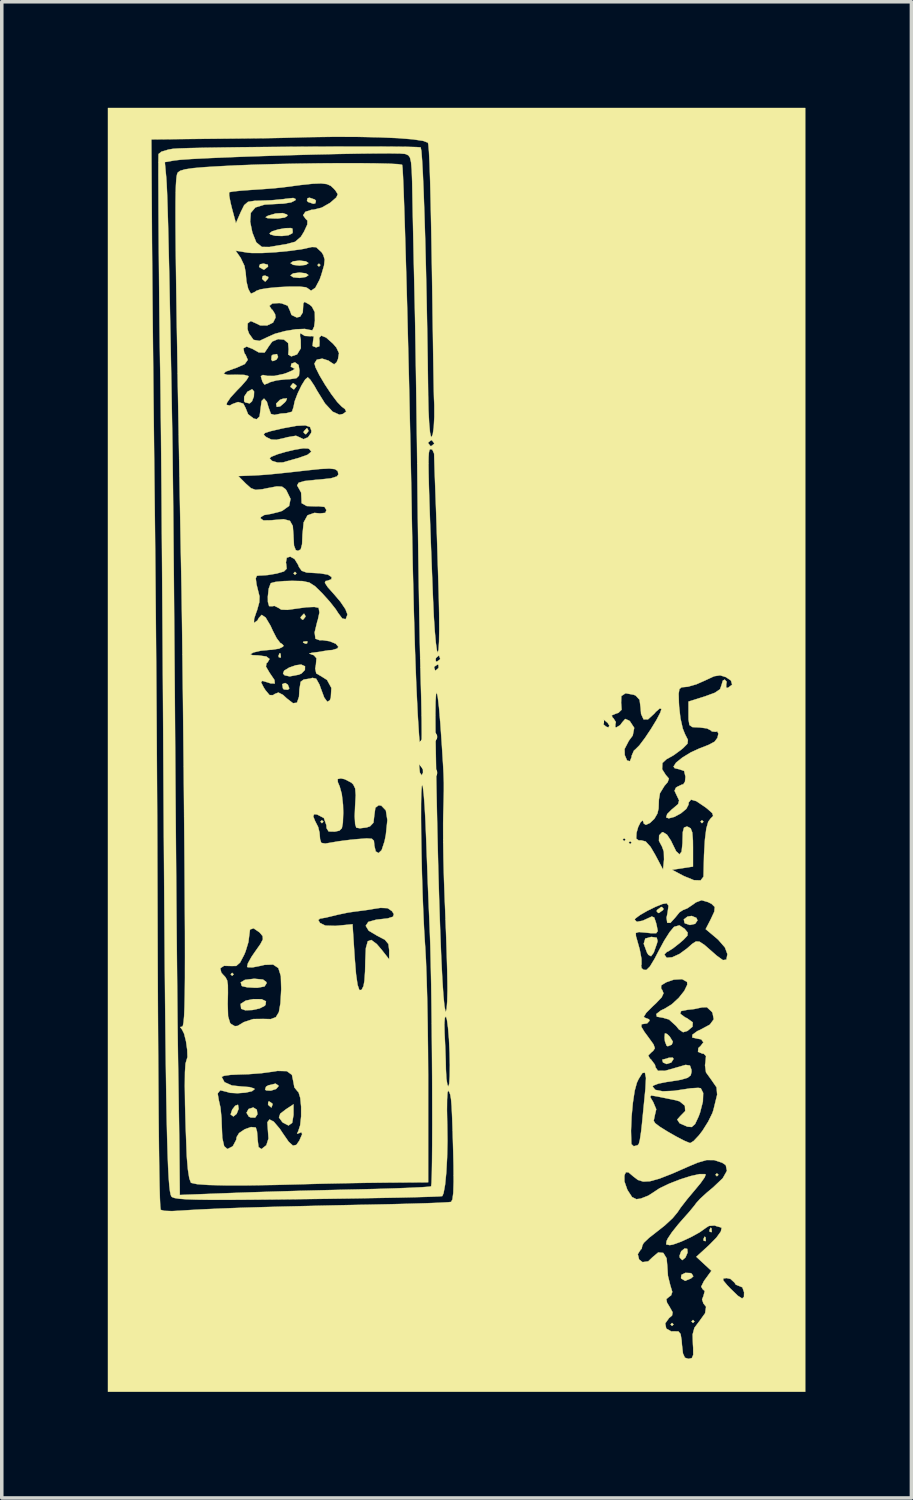
<source format=kicad_pcb>
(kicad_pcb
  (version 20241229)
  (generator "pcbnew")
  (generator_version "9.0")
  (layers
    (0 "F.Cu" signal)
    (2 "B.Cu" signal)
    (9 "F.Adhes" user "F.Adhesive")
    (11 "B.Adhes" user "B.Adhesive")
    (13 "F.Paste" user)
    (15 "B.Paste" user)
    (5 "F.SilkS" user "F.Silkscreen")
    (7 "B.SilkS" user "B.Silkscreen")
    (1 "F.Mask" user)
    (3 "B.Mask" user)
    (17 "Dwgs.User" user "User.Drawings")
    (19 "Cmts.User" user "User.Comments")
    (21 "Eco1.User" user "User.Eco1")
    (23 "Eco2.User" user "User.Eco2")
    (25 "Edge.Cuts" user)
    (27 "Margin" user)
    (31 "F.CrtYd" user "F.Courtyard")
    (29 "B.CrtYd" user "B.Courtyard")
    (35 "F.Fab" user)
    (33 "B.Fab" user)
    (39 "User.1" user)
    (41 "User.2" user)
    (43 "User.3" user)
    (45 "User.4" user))
  (footprint "hokusai"
    (layer "F.Cu")
    (at 9.826 18.124)
    (property "Reference" "hokusai" (at 0 0 0) (layer "F.SilkS") (effects (font (size 1.524 1.524) (thickness 0.3))))
    (attr through_hole)
    (fp_poly (pts (xy -6.265 6.392) (xy -6.308 6.435) (xy -6.35 6.392) (xy -6.308 6.35) (xy -6.265 6.392)) (stroke (width 0.01) (type solid)) (fill yes) (layer "F.SilkS"))
    (fp_poly (pts (xy -4.487 -4.953) (xy -4.53 -4.911) (xy -4.572 -4.953) (xy -4.53 -4.995) (xy -4.487 -4.953)) (stroke (width 0.01) (type solid)) (fill yes) (layer "F.SilkS"))
    (fp_poly (pts (xy -3.81 -13.674) (xy -3.852 -13.631) (xy -3.895 -13.674) (xy -3.852 -13.716) (xy -3.81 -13.674)) (stroke (width 0.01) (type solid)) (fill yes) (layer "F.SilkS"))
    (fp_poly (pts (xy -3.725 2.074) (xy -3.768 2.117) (xy -3.81 2.074) (xy -3.768 2.032) (xy -3.725 2.074)) (stroke (width 0.01) (type solid)) (fill yes) (layer "F.SilkS"))
    (fp_poly (pts (xy 6.181 16.298) (xy 6.138 16.341) (xy 6.096 16.298) (xy 6.138 16.256) (xy 6.181 16.298)) (stroke (width 0.01) (type solid)) (fill yes) (layer "F.SilkS"))
    (fp_poly (pts (xy 6.773 16.214) (xy 6.731 16.256) (xy 6.689 16.214) (xy 6.731 16.171) (xy 6.773 16.214)) (stroke (width 0.01) (type solid)) (fill yes) (layer "F.SilkS"))
    (fp_poly (pts (xy 7.027 2.074) (xy 6.985 2.117) (xy 6.943 2.074) (xy 6.985 2.032) (xy 7.027 2.074)) (stroke (width 0.01) (type solid)) (fill yes) (layer "F.SilkS"))
    (fp_poly (pts (xy 7.451 12.065) (xy 7.408 12.107) (xy 7.366 12.065) (xy 7.408 12.023) (xy 7.451 12.065)) (stroke (width 0.01) (type solid)) (fill yes) (layer "F.SilkS"))
    (fp_poly (pts (xy -4.939 -2.681) (xy -4.929 -2.581) (xy -4.939 -2.568) (xy -4.989 -2.58) (xy -4.995 -2.625) (xy -4.964 -2.694) (xy -4.939 -2.681)) (stroke (width 0.01) (type solid)) (fill yes) (layer "F.SilkS"))
    (fp_poly (pts (xy -4.177 -3.02) (xy -4.189 -2.969) (xy -4.233 -2.963) (xy -4.303 -2.994) (xy -4.29 -3.02) (xy -4.189 -3.03) (xy -4.177 -3.02)) (stroke (width 0.01) (type solid)) (fill yes) (layer "F.SilkS"))
    (fp_poly (pts (xy 7.084 13.829) (xy 7.094 13.929) (xy 7.084 13.942) (xy 7.033 13.93) (xy 7.027 13.885) (xy 7.058 13.816) (xy 7.084 13.829)) (stroke (width 0.01) (type solid)) (fill yes) (layer "F.SilkS"))
    (fp_poly (pts (xy 7.253 13.575) (xy 7.263 13.675) (xy 7.253 13.688) (xy 7.203 13.676) (xy 7.197 13.631) (xy 7.228 13.562) (xy 7.253 13.575)) (stroke (width 0.01) (type solid)) (fill yes) (layer "F.SilkS"))
    (fp_poly (pts (xy -5.008 -11.074) (xy -5.055 -10.998) (xy -5.161 -10.956) (xy -5.199 -10.993) (xy -5.191 -11.108) (xy -5.16 -11.136) (xy -5.04 -11.156) (xy -5.008 -11.074)) (stroke (width 0.01) (type solid)) (fill yes) (layer "F.SilkS"))
    (fp_poly (pts (xy -4.733 -1.803) (xy -4.691 -1.697) (xy -4.728 -1.659) (xy -4.843 -1.667) (xy -4.871 -1.698) (xy -4.891 -1.818) (xy -4.809 -1.85) (xy -4.733 -1.803)) (stroke (width 0.01) (type solid)) (fill yes) (layer "F.SilkS"))
    (fp_poly (pts (xy -5.61 10.223) (xy -5.592 10.352) (xy -5.656 10.446) (xy -5.778 10.445) (xy -5.836 10.418) (xy -5.901 10.31) (xy -5.843 10.203) (xy -5.71 10.16) (xy -5.61 10.223)) (stroke (width 0.01) (type solid)) (fill yes) (layer "F.SilkS"))
    (fp_poly (pts (xy -5.298 -13.684) (xy -5.292 -13.631) (xy -5.396 -13.55) (xy -5.419 -13.547) (xy -5.528 -13.608) (xy -5.546 -13.631) (xy -5.519 -13.697) (xy -5.419 -13.716) (xy -5.298 -13.684)) (stroke (width 0.01) (type solid)) (fill yes) (layer "F.SilkS"))
    (fp_poly (pts (xy -5.285 -13.338) (xy -5.292 -13.293) (xy -5.364 -13.212) (xy -5.376 -13.208) (xy -5.444 -13.267) (xy -5.461 -13.293) (xy -5.441 -13.364) (xy -5.376 -13.377) (xy -5.285 -13.338)) (stroke (width 0.01) (type solid)) (fill yes) (layer "F.SilkS"))
    (fp_poly (pts (xy -5.168 10.052) (xy -5.165 10.075) (xy -5.194 10.158) (xy -5.202 10.16) (xy -5.274 10.101) (xy -5.292 10.075) (xy -5.285 9.997) (xy -5.254 9.991) (xy -5.168 10.052)) (stroke (width 0.01) (type solid)) (fill yes) (layer "F.SilkS"))
    (fp_poly (pts (xy -4.49 -10.265) (xy -4.487 -10.245) (xy -4.552 -10.162) (xy -4.572 -10.16) (xy -4.654 -10.224) (xy -4.657 -10.245) (xy -4.592 -10.327) (xy -4.572 -10.329) (xy -4.49 -10.265)) (stroke (width 0.01) (type solid)) (fill yes) (layer "F.SilkS"))
    (fp_poly (pts (xy -4.234 -3.744) (xy -4.233 -3.725) (xy -4.298 -3.644) (xy -4.323 -3.641) (xy -4.374 -3.693) (xy -4.36 -3.725) (xy -4.284 -3.806) (xy -4.271 -3.81) (xy -4.234 -3.744)) (stroke (width 0.01) (type solid)) (fill yes) (layer "F.SilkS"))
    (fp_poly (pts (xy -4.15 -8.994) (xy -4.149 -8.975) (xy -4.214 -8.893) (xy -4.238 -8.89) (xy -4.289 -8.942) (xy -4.276 -8.975) (xy -4.2 -9.055) (xy -4.186 -9.059) (xy -4.15 -8.994)) (stroke (width 0.01) (type solid)) (fill yes) (layer "F.SilkS"))
    (fp_poly (pts (xy -3.97 -15.529) (xy -3.937 -15.494) (xy -3.955 -15.421) (xy -4.012 -15.409) (xy -4.158 -15.459) (xy -4.191 -15.494) (xy -4.173 -15.567) (xy -4.116 -15.579) (xy -3.97 -15.529)) (stroke (width 0.01) (type solid)) (fill yes) (layer "F.SilkS"))
    (fp_poly (pts (xy 5.898 4.539) (xy 5.884 4.572) (xy 5.772 4.654) (xy 5.747 4.657) (xy 5.701 4.605) (xy 5.715 4.572) (xy 5.827 4.49) (xy 5.852 4.487) (xy 5.898 4.539)) (stroke (width 0.01) (type solid)) (fill yes) (layer "F.SilkS"))
    (fp_poly (pts (xy -4.997 9.542) (xy -4.995 9.557) (xy -5.065 9.637) (xy -5.212 9.684) (xy -5.346 9.677) (xy -5.376 9.653) (xy -5.348 9.571) (xy -5.284 9.534) (xy -5.079 9.485) (xy -4.997 9.542)) (stroke (width 0.01) (type solid)) (fill yes) (layer "F.SilkS"))
    (fp_poly (pts (xy -4.786 -9.828) (xy -4.818 -9.789) (xy -4.948 -9.677) (xy -5.045 -9.661) (xy -5.063 -9.746) (xy -5.059 -9.758) (xy -4.955 -9.861) (xy -4.864 -9.895) (xy -4.756 -9.901) (xy -4.786 -9.828)) (stroke (width 0.01) (type solid)) (fill yes) (layer "F.SilkS"))
    (fp_poly (pts (xy -4.572 10.37) (xy -4.609 10.594) (xy -4.712 10.67) (xy -4.868 10.591) (xy -4.894 10.566) (xy -4.983 10.442) (xy -4.946 10.335) (xy -4.784 10.21) (xy -4.572 10.071) (xy -4.572 10.37)) (stroke (width 0.01) (type solid)) (fill yes) (layer "F.SilkS"))
    (fp_poly (pts (xy 5.997 8.081) (xy 6.071 8.152) (xy 6.162 8.3) (xy 6.129 8.383) (xy 6.019 8.428) (xy 5.985 8.412) (xy 5.937 8.287) (xy 5.927 8.18) (xy 5.937 8.062) (xy 5.997 8.081)) (stroke (width 0.01) (type solid)) (fill yes) (layer "F.SilkS"))
    (fp_poly (pts (xy 6.181 8.787) (xy 6.116 8.888) (xy 5.985 8.931) (xy 5.882 8.886) (xy 5.862 8.81) (xy 5.872 8.805) (xy 5.977 8.779) (xy 6.047 8.754) (xy 6.16 8.75) (xy 6.181 8.787)) (stroke (width 0.01) (type solid)) (fill yes) (layer "F.SilkS"))
    (fp_poly (pts (xy 6.569 14.161) (xy 6.578 14.266) (xy 6.518 14.404) (xy 6.431 14.478) (xy 6.426 14.478) (xy 6.358 14.41) (xy 6.35 14.356) (xy 6.398 14.226) (xy 6.497 14.148) (xy 6.569 14.161)) (stroke (width 0.01) (type solid)) (fill yes) (layer "F.SilkS"))
    (fp_poly (pts (xy 6.658 14.845) (xy 6.694 14.862) (xy 6.74 14.937) (xy 6.677 14.995) (xy 6.51 15.065) (xy 6.404 15.003) (xy 6.392 14.985) (xy 6.404 14.895) (xy 6.516 14.839) (xy 6.658 14.845)) (stroke (width 0.01) (type solid)) (fill yes) (layer "F.SilkS"))
    (fp_poly (pts (xy 6.828 4.796) (xy 6.858 4.868) (xy 6.791 4.964) (xy 6.644 4.997) (xy 6.503 4.95) (xy 6.493 4.941) (xy 6.471 4.839) (xy 6.575 4.76) (xy 6.694 4.741) (xy 6.828 4.796)) (stroke (width 0.01) (type solid)) (fill yes) (layer "F.SilkS"))
    (fp_poly (pts (xy -6.141 10.087) (xy -6.125 10.199) (xy -6.181 10.341) (xy -6.271 10.414) (xy -6.274 10.414) (xy -6.348 10.361) (xy -6.349 10.351) (xy -6.307 10.223) (xy -6.222 10.112) (xy -6.145 10.083) (xy -6.141 10.087)) (stroke (width 0.01) (type solid)) (fill yes) (layer "F.SilkS"))
    (fp_poly (pts (xy -5.687 -10.097) (xy -5.693 -9.958) (xy -5.747 -9.819) (xy -5.813 -9.76) (xy -5.941 -9.789) (xy -5.969 -9.821) (xy -5.967 -9.951) (xy -5.875 -10.091) (xy -5.747 -10.16) (xy -5.741 -10.16) (xy -5.687 -10.097)) (stroke (width 0.01) (type solid)) (fill yes) (layer "F.SilkS"))
    (fp_poly (pts (xy -4.755 -15.103) (xy -4.741 -15.071) (xy -4.817 -15.02) (xy -5.006 -14.993) (xy -5.101 -14.992) (xy -5.308 -15.002) (xy -5.362 -15.029) (xy -5.292 -15.071) (xy -5.074 -15.134) (xy -4.876 -15.145) (xy -4.755 -15.103)) (stroke (width 0.01) (type solid)) (fill yes) (layer "F.SilkS"))
    (fp_poly (pts (xy 5.705 5.356) (xy 5.729 5.451) (xy 5.71 5.524) (xy 5.62 5.779) (xy 5.544 5.881) (xy 5.469 5.841) (xy 5.429 5.776) (xy 5.337 5.528) (xy 5.381 5.381) (xy 5.551 5.334) (xy 5.705 5.356)) (stroke (width 0.01) (type solid)) (fill yes) (layer "F.SilkS"))
    (fp_poly (pts (xy -4.246 -2.323) (xy -4.249 -2.219) (xy -4.348 -2.117) (xy -4.424 -2.085) (xy -4.679 -2.037) (xy -4.823 -2.068) (xy -4.868 -2.117) (xy -4.837 -2.198) (xy -4.697 -2.285) (xy -4.504 -2.352) (xy -4.355 -2.371) (xy -4.246 -2.323)) (stroke (width 0.01) (type solid)) (fill yes) (layer "F.SilkS"))
    (fp_poly (pts (xy -5.475 7.096) (xy -5.351 7.155) (xy -5.364 7.257) (xy -5.388 7.284) (xy -5.531 7.358) (xy -5.738 7.403) (xy -5.936 7.41) (xy -6.052 7.369) (xy -6.053 7.366) (xy -6.069 7.23) (xy -5.921 7.136) (xy -5.711 7.095) (xy -5.475 7.096)) (stroke (width 0.01) (type solid)) (fill yes) (layer "F.SilkS"))
    (fp_poly (pts (xy -4.602 -14.705) (xy -4.594 -14.603) (xy -4.609 -14.571) (xy -4.713 -14.519) (xy -4.897 -14.497) (xy -5.09 -14.504) (xy -5.225 -14.54) (xy -5.249 -14.573) (xy -5.177 -14.629) (xy -5.005 -14.682) (xy -4.805 -14.718) (xy -4.646 -14.722) (xy -4.602 -14.705)) (stroke (width 0.01) (type solid)) (fill yes) (layer "F.SilkS"))
    (fp_poly (pts (xy -4.224 -13.441) (xy -4.149 -13.391) (xy -4.149 -13.39) (xy -4.222 -13.338) (xy -4.4 -13.311) (xy -4.403 -13.311) (xy -4.581 -13.329) (xy -4.657 -13.382) (xy -4.657 -13.383) (xy -4.583 -13.438) (xy -4.406 -13.462) (xy -4.403 -13.462) (xy -4.224 -13.441)) (stroke (width 0.01) (type solid)) (fill yes) (layer "F.SilkS"))
    (fp_poly (pts (xy -4.224 -13.78) (xy -4.149 -13.731) (xy -4.149 -13.73) (xy -4.222 -13.681) (xy -4.4 -13.66) (xy -4.403 -13.66) (xy -4.581 -13.68) (xy -4.657 -13.729) (xy -4.657 -13.73) (xy -4.583 -13.78) (xy -4.406 -13.801) (xy -4.403 -13.801) (xy -4.224 -13.78)) (stroke (width 0.01) (type solid)) (fill yes) (layer "F.SilkS"))
    (fp_poly (pts (xy -5.434 6.541) (xy -5.339 6.612) (xy -5.334 6.646) (xy -5.392 6.736) (xy -5.584 6.772) (xy -5.659 6.773) (xy -5.882 6.76) (xy -6.023 6.728) (xy -6.037 6.719) (xy -6.065 6.621) (xy -5.947 6.55) (xy -5.704 6.52) (xy -5.668 6.519) (xy -5.434 6.541)) (stroke (width 0.01) (type solid)) (fill yes) (layer "F.SilkS"))
    (fp_poly (pts (xy -4.428 -10.847) (xy -4.403 -10.689) (xy -4.417 -10.546) (xy -4.488 -10.475) (xy -4.664 -10.447) (xy -4.789 -10.441) (xy -5.048 -10.413) (xy -5.243 -10.359) (xy -5.287 -10.333) (xy -5.394 -10.293) (xy -5.451 -10.376) (xy -5.496 -10.529) (xy -5.439 -10.565) (xy -5.313 -10.539) (xy -5.113 -10.538) (xy -4.854 -10.593) (xy -4.784 -10.616) (xy -4.603 -10.692) (xy -4.535 -10.739) (xy -4.551 -10.747) (xy -4.648 -10.799) (xy -4.631 -10.885) (xy -4.53 -10.922) (xy -4.428 -10.847)) (stroke (width 0.01) (type solid)) (fill yes) (layer "F.SilkS"))
    (fp_poly (pts (xy 9.906 18.203) (xy -9.821 18.203) (xy -9.821 -17.23) (xy -8.594 -17.23) (xy -8.579 -14.859) (xy -8.576 -14.328) (xy -8.57 -13.652) (xy -8.563 -12.855) (xy -8.554 -11.963) (xy -8.544 -10.999) (xy -8.534 -9.988) (xy -8.522 -8.955) (xy -8.511 -7.924) (xy -8.503 -7.239) (xy -8.49 -6.106) (xy -8.478 -4.859) (xy -8.466 -3.54) (xy -8.455 -2.186) (xy -8.445 -0.838) (xy -8.437 0.465) (xy -8.43 1.683) (xy -8.425 2.777) (xy -8.425 2.921) (xy -8.419 4.59) (xy -8.414 6.095) (xy -8.408 7.439) (xy -8.401 8.627) (xy -8.394 9.664) (xy -8.387 10.553) (xy -8.379 11.3) (xy -8.371 11.909) (xy -8.362 12.384) (xy -8.352 12.729) (xy -8.342 12.95) (xy -8.331 13.05) (xy -8.329 13.056) (xy -8.23 13.084) (xy -8.012 13.092) (xy -7.763 13.079) (xy -7.488 13.061) (xy -7.09 13.04) (xy -6.616 13.019) (xy -6.111 13) (xy -5.927 12.994) (xy -5.457 12.98) (xy -4.862 12.964) (xy -4.185 12.948) (xy -3.471 12.931) (xy -2.763 12.916) (xy -2.413 12.91) (xy -1.816 12.897) (xy -1.273 12.883) (xy -0.807 12.869) (xy -0.443 12.855) (xy -0.203 12.842) (xy -0.114 12.832) (xy -0.075 12.762) (xy -0.051 12.576) (xy -0.041 12.259) (xy -0.042 12.078) (xy 4.79 12.078) (xy 4.791 12.253) (xy 4.872 12.484) (xy 4.886 12.509) (xy 5.007 12.695) (xy 5.128 12.755) (xy 5.249 12.74) (xy 5.466 12.655) (xy 5.588 12.577) (xy 5.781 12.449) (xy 6.055 12.317) (xy 6.364 12.196) (xy 6.667 12.1) (xy 6.917 12.045) (xy 7.071 12.046) (xy 7.09 12.058) (xy 7.061 12.137) (xy 6.943 12.304) (xy 6.777 12.504) (xy 6.565 12.757) (xy 6.382 12.993) (xy 6.292 13.127) (xy 6.155 13.292) (xy 5.931 13.5) (xy 5.711 13.673) (xy 5.487 13.848) (xy 5.339 13.989) (xy 5.298 14.064) (xy 5.278 14.159) (xy 5.251 14.181) (xy 5.169 14.31) (xy 5.206 14.461) (xy 5.303 14.536) (xy 5.464 14.514) (xy 5.581 14.402) (xy 5.747 14.262) (xy 5.891 14.275) (xy 5.984 14.427) (xy 6.003 14.636) (xy 6.022 14.924) (xy 6.088 15.189) (xy 6.089 15.192) (xy 6.145 15.377) (xy 6.111 15.477) (xy 6.058 15.514) (xy 5.977 15.582) (xy 5.996 15.682) (xy 6.066 15.797) (xy 6.154 15.954) (xy 6.139 16.046) (xy 6.052 16.12) (xy 5.945 16.27) (xy 5.974 16.415) (xy 6.115 16.495) (xy 6.201 16.494) (xy 6.318 16.496) (xy 6.38 16.569) (xy 6.41 16.755) (xy 6.418 16.87) (xy 6.447 17.12) (xy 6.502 17.24) (xy 6.603 17.272) (xy 6.604 17.272) (xy 6.698 17.251) (xy 6.738 17.159) (xy 6.736 16.956) (xy 6.729 16.858) (xy 6.721 16.581) (xy 6.771 16.394) (xy 6.898 16.224) (xy 6.903 16.219) (xy 7.074 15.981) (xy 7.101 15.798) (xy 7.027 15.706) (xy 6.988 15.592) (xy 7.026 15.496) (xy 7.064 15.354) (xy 7.005 15.301) (xy 6.963 15.23) (xy 7.04 15.074) (xy 7.076 15.023) (xy 7.094 14.999) (xy 7.586 14.999) (xy 7.589 15.056) (xy 7.698 15.187) (xy 7.789 15.282) (xy 7.999 15.486) (xy 8.121 15.564) (xy 8.173 15.52) (xy 8.177 15.388) (xy 8.128 15.249) (xy 8.059 15.22) (xy 7.942 15.173) (xy 7.905 15.114) (xy 7.79 15.01) (xy 7.679 14.986) (xy 7.586 14.999) (xy 7.094 14.999) (xy 7.252 14.781) (xy 7.038 14.583) (xy 6.825 14.385) (xy 7.18 14.06) (xy 7.393 13.844) (xy 7.519 13.67) (xy 7.542 13.566) (xy 7.5 13.547) (xy 7.4 13.52) (xy 7.342 13.499) (xy 7.183 13.511) (xy 7.1 13.563) (xy 6.922 13.69) (xy 6.666 13.831) (xy 6.393 13.957) (xy 6.164 14.039) (xy 6.072 14.055) (xy 5.972 14.033) (xy 5.984 13.938) (xy 6.02 13.864) (xy 6.134 13.692) (xy 6.316 13.464) (xy 6.433 13.33) (xy 6.624 13.115) (xy 6.772 12.935) (xy 6.823 12.865) (xy 6.928 12.748) (xy 7.121 12.571) (xy 7.303 12.419) (xy 7.572 12.163) (xy 7.692 11.952) (xy 7.659 11.793) (xy 7.556 11.723) (xy 7.332 11.649) (xy 7.118 11.647) (xy 6.858 11.722) (xy 6.626 11.82) (xy 6.141 12.033) (xy 5.779 12.174) (xy 5.515 12.247) (xy 5.322 12.257) (xy 5.172 12.21) (xy 5.042 12.111) (xy 4.904 11.994) (xy 4.834 11.992) (xy 4.79 12.078) (xy -0.042 12.078) (xy -0.044 11.798) (xy -0.053 11.414) (xy -0.069 10.846) (xy -0.07 10.82) (xy 4.977 10.82) (xy 4.986 11.164) (xy 4.989 11.197) (xy 5.054 11.257) (xy 5.163 11.229) (xy 5.198 11.191) (xy 5.228 11.075) (xy 5.263 10.845) (xy 5.288 10.62) (xy 5.326 10.231) (xy 5.367 9.813) (xy 5.385 9.631) (xy 5.401 9.324) (xy 5.371 9.174) (xy 5.3 9.184) (xy 5.192 9.356) (xy 5.143 9.461) (xy 5.081 9.687) (xy 5.03 10.026) (xy 4.993 10.422) (xy 4.977 10.82) (xy -0.07 10.82) (xy -0.084 10.424) (xy -0.098 10.123) (xy -0.115 9.922) (xy -0.137 9.797) (xy -0.164 9.724) (xy -0.195 9.683) (xy -0.215 9.739) (xy -0.227 9.933) (xy -0.23 10.236) (xy -0.223 10.618) (xy -0.222 10.633) (xy -0.216 11.11) (xy -0.226 11.576) (xy -0.249 12) (xy -0.283 12.346) (xy -0.326 12.582) (xy -0.362 12.667) (xy -0.452 12.676) (xy -0.694 12.686) (xy -1.07 12.697) (xy -1.564 12.709) (xy -2.159 12.72) (xy -2.837 12.732) (xy -3.581 12.743) (xy -4.162 12.751) (xy -5.078 12.762) (xy -5.839 12.769) (xy -6.458 12.773) (xy -6.951 12.772) (xy -7.331 12.767) (xy -7.612 12.757) (xy -7.809 12.742) (xy -7.935 12.722) (xy -8.005 12.696) (xy -8.025 12.68) (xy -8.047 12.63) (xy -8.067 12.53) (xy -8.086 12.372) (xy -8.103 12.15) (xy -8.119 11.855) (xy -8.133 11.481) (xy -8.147 11.02) (xy -8.16 10.465) (xy -8.172 9.808) (xy -8.183 9.042) (xy -8.194 8.16) (xy -8.205 7.154) (xy -8.215 6.018) (xy -8.225 4.743) (xy -8.235 3.322) (xy -8.246 1.749) (xy -8.256 0.014) (xy -8.258 -0.381) (xy -8.266 -1.609) (xy -8.274 -2.816) (xy -8.282 -3.987) (xy -8.29 -5.109) (xy -8.298 -6.167) (xy -8.305 -7.148) (xy -8.313 -8.036) (xy -8.32 -8.818) (xy -8.327 -9.479) (xy -8.333 -10.006) (xy -8.338 -10.384) (xy -8.34 -10.499) (xy -8.348 -10.916) (xy -8.355 -11.43) (xy -8.363 -12.016) (xy -8.37 -12.652) (xy -8.376 -13.315) (xy -8.382 -13.982) (xy -8.387 -14.629) (xy -8.391 -15.234) (xy -8.393 -15.774) (xy -8.395 -16.225) (xy -8.394 -16.565) (xy -8.394 -16.587) (xy -8.213 -16.587) (xy -8.172 -16.146) (xy -8.161 -15.975) (xy -8.148 -15.699) (xy -8.135 -15.309) (xy -8.12 -14.8) (xy -8.105 -14.164) (xy -8.087 -13.394) (xy -8.069 -12.483) (xy -8.048 -11.424) (xy -8.025 -10.21) (xy -8.001 -8.848) (xy -7.995 -8.48) (xy -7.989 -7.959) (xy -7.981 -7.304) (xy -7.973 -6.53) (xy -7.965 -5.656) (xy -7.956 -4.698) (xy -7.948 -3.672) (xy -7.939 -2.597) (xy -7.93 -1.49) (xy -7.922 -0.367) (xy -7.92 -0.085) (xy -7.912 1.044) (xy -7.903 2.164) (xy -7.894 3.258) (xy -7.886 4.309) (xy -7.877 5.299) (xy -7.868 6.212) (xy -7.86 7.028) (xy -7.853 7.732) (xy -7.846 8.305) (xy -7.84 8.731) (xy -7.839 8.805) (xy -7.829 9.43) (xy -7.819 10.067) (xy -7.81 10.671) (xy -7.803 11.2) (xy -7.799 11.611) (xy -7.798 11.673) (xy -7.789 12.636) (xy -6.329 12.58) (xy -5.796 12.561) (xy -5.145 12.54) (xy -4.425 12.519) (xy -3.687 12.5) (xy -2.981 12.483) (xy -2.795 12.479) (xy -2.22 12.465) (xy -1.702 12.449) (xy -1.266 12.432) (xy -0.935 12.416) (xy -0.732 12.401) (xy -0.678 12.391) (xy -0.667 12.297) (xy -0.658 12.054) (xy -0.652 11.685) (xy -0.648 11.208) (xy -0.646 10.647) (xy -0.647 10.02) (xy -0.649 9.35) (xy -0.654 8.656) (xy -0.66 7.961) (xy -0.662 7.791) (xy -0.304 7.791) (xy -0.298 8.052) (xy -0.279 8.443) (xy -0.264 8.859) (xy -0.26 9.081) (xy -0.246 9.342) (xy -0.218 9.519) (xy -0.189 9.567) (xy -0.166 9.488) (xy -0.152 9.274) (xy -0.148 8.958) (xy -0.155 8.615) (xy -0.173 8.226) (xy -0.2 7.9) (xy -0.204 7.872) (xy 5.267 7.872) (xy 5.355 8.019) (xy 5.478 8.186) (xy 5.614 8.375) (xy 5.652 8.484) (xy 5.602 8.561) (xy 5.562 8.592) (xy 5.465 8.688) (xy 5.51 8.774) (xy 5.545 8.805) (xy 5.653 8.949) (xy 5.673 9.027) (xy 5.74 9.123) (xy 5.942 9.122) (xy 6.281 9.025) (xy 6.283 9.024) (xy 6.522 8.955) (xy 6.645 8.974) (xy 6.687 9.092) (xy 6.689 9.152) (xy 6.667 9.25) (xy 6.579 9.32) (xy 6.395 9.374) (xy 6.08 9.426) (xy 5.99 9.438) (xy 5.756 9.484) (xy 5.611 9.539) (xy 5.588 9.567) (xy 5.664 9.661) (xy 5.876 9.703) (xy 6.195 9.689) (xy 6.399 9.658) (xy 6.672 9.617) (xy 6.877 9.605) (xy 6.952 9.616) (xy 7.019 9.749) (xy 7.011 9.992) (xy 6.931 10.304) (xy 6.89 10.415) (xy 6.79 10.629) (xy 6.695 10.713) (xy 6.573 10.703) (xy 6.353 10.607) (xy 6.285 10.502) (xy 6.371 10.405) (xy 6.511 10.262) (xy 6.501 10.11) (xy 6.354 9.988) (xy 6.244 9.955) (xy 5.959 9.897) (xy 5.718 9.848) (xy 5.548 9.82) (xy 5.518 9.861) (xy 5.604 10.005) (xy 5.691 10.21) (xy 5.655 10.364) (xy 5.619 10.537) (xy 5.662 10.606) (xy 5.794 10.706) (xy 6.012 10.842) (xy 6.261 10.984) (xy 6.488 11.102) (xy 6.638 11.164) (xy 6.653 11.167) (xy 6.75 11.108) (xy 6.899 10.949) (xy 7.001 10.816) (xy 7.162 10.559) (xy 7.281 10.316) (xy 7.311 10.223) (xy 7.372 9.972) (xy 7.415 9.798) (xy 7.398 9.59) (xy 7.248 9.373) (xy 7.099 9.166) (xy 7.071 8.963) (xy 7.083 8.888) (xy 7.099 8.706) (xy 7.036 8.64) (xy 6.996 8.636) (xy 6.873 8.585) (xy 6.883 8.478) (xy 6.943 8.424) (xy 7.026 8.317) (xy 6.963 8.232) (xy 6.858 8.213) (xy 6.712 8.181) (xy 6.713 8.103) (xy 6.853 8) (xy 6.94 7.96) (xy 7.208 7.816) (xy 7.319 7.665) (xy 7.284 7.487) (xy 7.265 7.454) (xy 7.124 7.323) (xy 6.985 7.328) (xy 6.768 7.375) (xy 6.583 7.395) (xy 6.394 7.432) (xy 6.369 7.507) (xy 6.508 7.61) (xy 6.564 7.636) (xy 6.724 7.751) (xy 6.717 7.875) (xy 6.573 7.995) (xy 6.45 8.031) (xy 6.332 7.951) (xy 6.253 7.853) (xy 6.053 7.671) (xy 5.877 7.62) (xy 5.709 7.591) (xy 5.693 7.516) (xy 5.825 7.414) (xy 5.932 7.364) (xy 6.131 7.241) (xy 6.328 7.059) (xy 6.486 6.86) (xy 6.569 6.688) (xy 6.564 6.608) (xy 6.423 6.529) (xy 6.189 6.543) (xy 5.974 6.617) (xy 5.831 6.705) (xy 5.829 6.794) (xy 5.861 6.838) (xy 5.897 6.929) (xy 5.844 7.044) (xy 5.68 7.216) (xy 5.599 7.291) (xy 5.409 7.48) (xy 5.338 7.594) (xy 5.369 7.62) (xy 5.486 7.664) (xy 5.503 7.705) (xy 5.435 7.78) (xy 5.376 7.789) (xy 5.277 7.805) (xy 5.267 7.872) (xy -0.204 7.872) (xy -0.231 7.673) (xy -0.258 7.586) (xy -0.29 7.622) (xy -0.304 7.791) (xy -0.662 7.791) (xy -0.668 7.285) (xy -0.677 6.649) (xy -0.689 6.074) (xy -0.701 5.58) (xy -0.715 5.189) (xy -0.716 5.165) (xy -0.739 4.614) (xy -0.766 3.966) (xy -0.791 3.295) (xy -0.814 2.671) (xy -0.819 2.54) (xy -0.838 2.065) (xy -0.861 1.645) (xy -0.886 1.312) (xy -0.911 1.097) (xy -0.926 1.033) (xy -0.944 1.073) (xy -0.957 1.259) (xy -0.963 1.566) (xy -0.964 1.971) (xy -0.96 2.45) (xy -0.951 2.979) (xy -0.938 3.535) (xy -0.921 4.093) (xy -0.9 4.63) (xy -0.877 5.122) (xy -0.851 5.545) (xy -0.845 5.626) (xy -0.825 5.99) (xy -0.806 6.492) (xy -0.789 7.099) (xy -0.776 7.781) (xy -0.767 8.506) (xy -0.762 9.241) (xy -0.762 9.5) (xy -0.762 12.277) (xy -1.926 12.285) (xy -2.491 12.292) (xy -3.127 12.303) (xy -3.748 12.316) (xy -4.191 12.328) (xy -5.101 12.352) (xy -5.873 12.364) (xy -6.501 12.364) (xy -6.979 12.353) (xy -7.302 12.329) (xy -7.463 12.294) (xy -7.476 12.285) (xy -7.52 12.165) (xy -7.559 11.921) (xy -7.587 11.6) (xy -7.593 11.497) (xy -7.622 10.731) (xy -7.64 10.079) (xy -7.644 9.764) (xy -6.718 9.764) (xy -6.685 9.957) (xy -6.638 10.166) (xy -6.609 10.46) (xy -6.604 10.624) (xy -6.587 11.02) (xy -6.534 11.255) (xy -6.442 11.336) (xy -6.308 11.268) (xy -6.282 11.244) (xy -6.191 11.072) (xy -6.181 10.998) (xy -6.112 10.885) (xy -5.953 10.778) (xy -5.774 10.714) (xy -5.644 10.726) (xy -5.638 10.731) (xy -5.604 10.842) (xy -5.588 11.045) (xy -5.588 11.063) (xy -5.561 11.28) (xy -5.48 11.338) (xy -5.348 11.235) (xy -5.339 11.225) (xy -5.279 11.037) (xy -5.296 10.801) (xy -5.311 10.578) (xy -5.251 10.499) (xy -5.131 10.561) (xy -4.96 10.762) (xy -4.882 10.88) (xy -4.709 11.13) (xy -4.587 11.24) (xy -4.49 11.218) (xy -4.406 11.097) (xy -4.326 10.913) (xy -4.352 10.859) (xy -4.416 10.888) (xy -4.472 10.9) (xy -4.437 10.829) (xy -4.383 10.663) (xy -4.356 10.414) (xy -4.356 10.138) (xy -4.38 9.891) (xy -4.429 9.73) (xy -4.46 9.7) (xy -4.547 9.592) (xy -4.572 9.453) (xy -4.616 9.238) (xy -4.76 9.132) (xy -5.024 9.125) (xy -5.165 9.148) (xy -5.469 9.189) (xy -5.84 9.218) (xy -6.075 9.225) (xy -6.349 9.237) (xy -6.54 9.264) (xy -6.604 9.296) (xy -6.526 9.443) (xy -6.314 9.538) (xy -6.037 9.567) (xy -5.815 9.583) (xy -5.686 9.623) (xy -5.673 9.643) (xy -5.747 9.7) (xy -5.928 9.74) (xy -6.155 9.757) (xy -6.365 9.746) (xy -6.479 9.713) (xy -6.644 9.673) (xy -6.718 9.764) (xy -7.644 9.764) (xy -7.647 9.552) (xy -7.643 9.162) (xy -7.627 8.92) (xy -7.604 8.838) (xy -7.572 8.734) (xy -7.579 8.53) (xy -7.613 8.289) (xy -7.667 8.073) (xy -7.731 7.945) (xy -7.739 7.939) (xy -7.778 7.884) (xy -7.724 7.875) (xy -7.701 7.846) (xy -7.683 7.75) (xy -7.667 7.578) (xy -7.656 7.318) (xy -7.648 6.959) (xy -7.643 6.491) (xy -7.643 6.221) (xy -6.644 6.221) (xy -6.614 6.347) (xy -6.575 6.391) (xy -6.497 6.475) (xy -6.45 6.563) (xy -6.429 6.696) (xy -6.427 6.918) (xy -6.434 7.23) (xy -6.423 7.581) (xy -6.365 7.772) (xy -6.335 7.8) (xy -6.233 7.859) (xy -6.152 7.852) (xy -6.015 7.769) (xy -5.981 7.747) (xy -5.712 7.658) (xy -5.428 7.655) (xy -5.213 7.66) (xy -5.071 7.605) (xy -4.986 7.464) (xy -4.941 7.21) (xy -4.919 6.813) (xy -4.919 6.812) (xy -4.93 6.441) (xy -5.001 6.215) (xy -5.149 6.116) (xy -5.39 6.125) (xy -5.512 6.154) (xy -5.729 6.196) (xy -5.867 6.192) (xy -5.885 6.18) (xy -5.862 6.082) (xy -5.76 5.899) (xy -5.671 5.769) (xy -5.51 5.54) (xy -5.438 5.403) (xy -5.445 5.312) (xy -5.52 5.22) (xy -5.54 5.201) (xy -5.702 5.09) (xy -5.803 5.126) (xy -5.823 5.281) (xy -5.848 5.481) (xy -5.928 5.744) (xy -5.967 5.838) (xy -6.084 6.061) (xy -6.192 6.155) (xy -6.318 6.158) (xy -6.538 6.152) (xy -6.644 6.221) (xy -7.643 6.221) (xy -7.642 5.903) (xy -7.643 5.185) (xy -7.645 4.858) (xy -3.872 4.858) (xy -3.82 4.941) (xy -3.67 5.014) (xy -3.385 5.022) (xy -3.313 5.016) (xy -2.902 4.976) (xy -2.841 5.917) (xy -2.803 6.386) (xy -2.759 6.691) (xy -2.708 6.839) (xy -2.647 6.834) (xy -2.591 6.724) (xy -2.565 6.575) (xy -2.547 6.313) (xy -2.54 6.004) (xy -2.524 5.65) (xy -2.47 5.457) (xy -2.37 5.421) (xy -2.217 5.535) (xy -2.081 5.694) (xy -1.865 5.969) (xy -1.864 5.71) (xy -1.887 5.534) (xy -1.986 5.415) (xy -2.205 5.3) (xy -2.206 5.3) (xy -2.445 5.157) (xy -2.528 5.02) (xy -2.456 4.91) (xy -2.23 4.847) (xy -2.201 4.844) (xy -1.905 4.81) (xy -1.756 4.762) (xy -1.732 4.688) (xy -1.786 4.605) (xy -1.909 4.521) (xy -2.11 4.512) (xy -2.24 4.531) (xy -2.517 4.576) (xy -2.761 4.608) (xy -2.794 4.611) (xy -3.027 4.645) (xy -3.295 4.701) (xy -3.302 4.702) (xy -3.516 4.754) (xy -3.653 4.787) (xy -3.662 4.789) (xy -3.801 4.813) (xy -3.82 4.815) (xy -3.872 4.858) (xy -7.645 4.858) (xy -7.648 4.324) (xy -7.655 3.311) (xy -7.66 2.688) (xy -7.667 1.924) (xy -4.014 1.924) (xy -3.962 2.053) (xy -3.875 2.223) (xy -3.836 2.382) (xy -3.82 2.571) (xy -3.786 2.674) (xy -3.673 2.693) (xy -3.535 2.67) (xy -3.291 2.628) (xy -2.969 2.587) (xy -2.773 2.568) (xy -2.499 2.547) (xy -2.354 2.558) (xy -2.297 2.614) (xy -2.286 2.73) (xy -2.286 2.744) (xy -2.246 2.915) (xy -2.168 2.963) (xy -2.078 2.879) (xy -1.996 2.629) (xy -1.959 2.445) (xy -1.916 2.03) (xy -1.959 1.754) (xy -2.086 1.621) (xy -2.162 1.609) (xy -2.256 1.68) (xy -2.286 1.896) (xy -2.31 2.103) (xy -2.407 2.205) (xy -2.502 2.237) (xy -2.692 2.261) (xy -2.795 2.243) (xy -2.828 2.14) (xy -2.84 1.918) (xy -2.829 1.64) (xy -2.811 1.326) (xy -2.826 1.135) (xy -2.881 1.021) (xy -2.937 0.968) (xy -3.123 0.872) (xy -3.232 0.849) (xy -3.322 0.867) (xy -3.318 0.955) (xy -3.265 1.079) (xy -3.206 1.293) (xy -3.171 1.596) (xy -3.165 1.82) (xy -3.175 2.103) (xy -3.204 2.258) (xy -3.272 2.327) (xy -3.396 2.354) (xy -3.408 2.355) (xy -3.577 2.351) (xy -3.636 2.258) (xy -3.641 2.174) (xy -3.712 1.971) (xy -3.905 1.87) (xy -3.989 1.863) (xy -4.014 1.924) (xy -7.667 1.924) (xy -7.669 1.683) (xy -7.678 0.662) (xy -7.68 0.508) (xy -1.016 0.508) (xy -0.996 0.686) (xy -0.947 0.762) (xy -0.946 0.762) (xy -0.908 0.69) (xy -0.912 0.515) (xy -0.913 0.508) (xy -0.949 0.33) (xy -0.983 0.254) (xy -0.983 0.254) (xy -1.006 0.328) (xy -1.016 0.505) (xy -1.016 0.508) (xy -7.68 0.508) (xy -7.689 -0.35) (xy -7.699 -1.329) (xy -7.71 -2.25) (xy -7.715 -2.662) (xy -5.794 -2.662) (xy -5.734 -2.638) (xy -5.567 -2.631) (xy -5.341 -2.6) (xy -5.249 -2.529) (xy -5.306 -2.432) (xy -5.335 -2.412) (xy -5.352 -2.314) (xy -5.251 -2.142) (xy -5.111 -1.936) (xy -5.101 -1.836) (xy -5.221 -1.839) (xy -5.292 -1.863) (xy -5.451 -1.911) (xy -5.491 -1.873) (xy -5.418 -1.729) (xy -5.366 -1.647) (xy -5.25 -1.508) (xy -5.15 -1.506) (xy -5.107 -1.537) (xy -4.999 -1.58) (xy -4.869 -1.513) (xy -4.761 -1.413) (xy -4.586 -1.278) (xy -4.474 -1.292) (xy -4.416 -1.461) (xy -4.404 -1.672) (xy -4.369 -1.885) (xy -4.283 -1.947) (xy -4.094 -1.977) (xy -4.037 -1.995) (xy -3.931 -1.972) (xy -3.836 -1.802) (xy -3.808 -1.72) (xy -3.703 -1.438) (xy -3.616 -1.319) (xy -3.545 -1.359) (xy -3.516 -1.431) (xy -3.5 -1.711) (xy -3.623 -1.936) (xy -3.782 -2.037) (xy -3.928 -2.122) (xy -3.957 -2.258) (xy -3.938 -2.364) (xy -3.922 -2.551) (xy -3.996 -2.636) (xy -4.038 -2.65) (xy -4.125 -2.682) (xy -4.054 -2.704) (xy -4 -2.71) (xy -3.811 -2.735) (xy -3.725 -2.752) (xy -3.574 -2.775) (xy -3.471 -2.783) (xy -3.334 -2.825) (xy -3.302 -2.873) (xy -3.375 -2.96) (xy -3.548 -3.031) (xy -3.752 -3.063) (xy -3.831 -3.059) (xy -3.951 -3.103) (xy -3.974 -3.282) (xy -3.899 -3.592) (xy -3.884 -3.634) (xy -3.838 -3.844) (xy -3.86 -3.975) (xy -3.863 -3.978) (xy -3.98 -4.002) (xy -4.208 -3.993) (xy -4.434 -3.962) (xy -4.743 -3.919) (xy -4.92 -3.926) (xy -4.991 -3.972) (xy -5.11 -4.032) (xy -5.178 -4.021) (xy -5.262 -4.025) (xy -5.296 -4.144) (xy -5.298 -4.293) (xy -5.273 -4.518) (xy -5.22 -4.663) (xy -5.207 -4.677) (xy -5.082 -4.71) (xy -4.845 -4.733) (xy -4.611 -4.74) (xy -4.318 -4.733) (xy -4.125 -4.692) (xy -3.962 -4.587) (xy -3.761 -4.39) (xy -3.753 -4.381) (xy -3.545 -4.15) (xy -3.377 -3.937) (xy -3.309 -3.831) (xy -3.193 -3.675) (xy -3.095 -3.655) (xy -3.049 -3.775) (xy -3.048 -3.798) (xy -3.103 -3.94) (xy -3.246 -4.151) (xy -3.414 -4.349) (xy -3.605 -4.564) (xy -3.684 -4.686) (xy -3.663 -4.736) (xy -3.618 -4.741) (xy -3.501 -4.785) (xy -3.493 -4.847) (xy -3.598 -4.916) (xy -3.833 -4.955) (xy -3.944 -4.96) (xy -4.2 -4.975) (xy -4.34 -5.025) (xy -4.418 -5.134) (xy -4.44 -5.193) (xy -4.542 -5.358) (xy -4.665 -5.426) (xy -4.763 -5.394) (xy -4.787 -5.257) (xy -4.779 -5.218) (xy -4.766 -5.083) (xy -4.842 -5.006) (xy -5.047 -4.947) (xy -5.052 -4.946) (xy -5.303 -4.904) (xy -5.502 -4.891) (xy -5.526 -4.892) (xy -5.609 -4.883) (xy -5.64 -4.81) (xy -5.619 -4.643) (xy -5.546 -4.348) (xy -5.534 -4.303) (xy -5.54 -4.135) (xy -5.604 -3.904) (xy -5.622 -3.859) (xy -5.686 -3.668) (xy -5.69 -3.563) (xy -5.677 -3.556) (xy -5.589 -3.623) (xy -5.555 -3.688) (xy -5.473 -3.777) (xy -5.361 -3.703) (xy -5.222 -3.47) (xy -5.161 -3.335) (xy -5.049 -3.117) (xy -4.947 -2.983) (xy -4.909 -2.963) (xy -4.855 -2.912) (xy -4.868 -2.879) (xy -4.98 -2.822) (xy -5.188 -2.79) (xy -5.233 -2.788) (xy -5.492 -2.764) (xy -5.702 -2.715) (xy -5.715 -2.709) (xy -5.794 -2.662) (xy -7.715 -2.662) (xy -7.72 -3.091) (xy -7.73 -3.826) (xy -7.739 -4.431) (xy -7.745 -4.741) (xy -7.775 -6.366) (xy -7.799 -7.705) (xy -6.134 -7.705) (xy -5.919 -7.489) (xy -5.776 -7.362) (xy -5.644 -7.314) (xy -5.454 -7.332) (xy -5.297 -7.365) (xy -5.044 -7.412) (xy -4.897 -7.405) (xy -4.802 -7.337) (xy -4.776 -7.305) (xy -4.656 -7.059) (xy -4.696 -6.86) (xy -4.893 -6.72) (xy -4.974 -6.693) (xy -5.207 -6.635) (xy -5.377 -6.606) (xy -5.397 -6.604) (xy -5.496 -6.544) (xy -5.503 -6.508) (xy -5.425 -6.45) (xy -5.193 -6.454) (xy -5.154 -6.459) (xy -4.849 -6.484) (xy -4.673 -6.438) (xy -4.592 -6.293) (xy -4.572 -6.024) (xy -4.572 -6.002) (xy -4.558 -5.739) (xy -4.509 -5.612) (xy -4.445 -5.588) (xy -4.368 -5.63) (xy -4.329 -5.777) (xy -4.318 -6.051) (xy -4.284 -6.394) (xy -4.175 -6.594) (xy -3.98 -6.663) (xy -3.821 -6.648) (xy -3.671 -6.664) (xy -3.641 -6.742) (xy -3.693 -6.832) (xy -3.87 -6.851) (xy -3.917 -6.847) (xy -4.196 -6.856) (xy -4.342 -6.938) (xy -4.347 -7.073) (xy -4.356 -7.238) (xy -4.405 -7.327) (xy -4.469 -7.439) (xy -4.427 -7.515) (xy -4.259 -7.565) (xy -3.946 -7.598) (xy -3.849 -7.605) (xy -3.517 -7.64) (xy -3.341 -7.695) (xy -3.302 -7.752) (xy -3.321 -7.846) (xy -3.396 -7.9) (xy -3.556 -7.918) (xy -3.829 -7.904) (xy -4.198 -7.865) (xy -4.668 -7.812) (xy -5.009 -7.776) (xy -5.262 -7.751) (xy -5.467 -7.735) (xy -5.664 -7.724) (xy -5.777 -7.719) (xy -6.134 -7.705) (xy -7.799 -7.705) (xy -7.802 -7.831) (xy -7.808 -8.208) (xy -5.249 -8.208) (xy -5.179 -8.134) (xy -5.024 -8.087) (xy -4.87 -8.091) (xy -4.868 -8.091) (xy -4.739 -8.129) (xy -4.517 -8.192) (xy -4.424 -8.218) (xy -4.17 -8.309) (xy -4.068 -8.395) (xy -4.126 -8.47) (xy -4.169 -8.487) (xy -4.305 -8.489) (xy -4.529 -8.452) (xy -4.788 -8.391) (xy -5.03 -8.32) (xy -5.2 -8.251) (xy -5.249 -8.208) (xy -7.808 -8.208) (xy -7.82 -8.876) (xy -5.416 -8.876) (xy -5.358 -8.819) (xy -5.332 -8.802) (xy -5.2 -8.738) (xy -5.054 -8.731) (xy -4.83 -8.781) (xy -4.745 -8.804) (xy -4.502 -8.845) (xy -4.4 -8.801) (xy -4.292 -8.748) (xy -4.161 -8.801) (xy -4.073 -8.926) (xy -4.064 -8.984) (xy -4.104 -9.092) (xy -4.236 -9.139) (xy -4.484 -9.127) (xy -4.867 -9.057) (xy -4.925 -9.044) (xy -5.224 -8.974) (xy -5.38 -8.923) (xy -5.416 -8.876) (xy -7.82 -8.876) (xy -7.825 -9.143) (xy -7.846 -10.31) (xy -7.851 -10.6) (xy -6.548 -10.6) (xy -6.441 -10.568) (xy -6.178 -10.57) (xy -5.967 -10.567) (xy -5.85 -10.535) (xy -5.842 -10.519) (xy -5.898 -10.425) (xy -6.042 -10.259) (xy -6.177 -10.121) (xy -6.353 -9.929) (xy -6.455 -9.778) (xy -6.466 -9.719) (xy -6.374 -9.7) (xy -6.301 -9.742) (xy -6.14 -9.8) (xy -5.991 -9.754) (xy -5.927 -9.629) (xy -5.857 -9.455) (xy -5.699 -9.332) (xy -5.613 -9.313) (xy -5.532 -9.391) (xy -5.503 -9.609) (xy -5.503 -9.61) (xy -5.474 -9.83) (xy -5.406 -9.898) (xy -5.326 -9.808) (xy -5.278 -9.647) (xy -5.211 -9.463) (xy -5.108 -9.434) (xy -5.104 -9.436) (xy -4.923 -9.473) (xy -4.777 -9.483) (xy -4.615 -9.525) (xy -4.572 -9.655) (xy -4.538 -9.822) (xy -4.453 -10.045) (xy -4.345 -10.269) (xy -4.24 -10.438) (xy -4.168 -10.499) (xy -4.096 -10.43) (xy -3.981 -10.256) (xy -3.908 -10.125) (xy -3.68 -9.758) (xy -3.464 -9.526) (xy -3.271 -9.44) (xy -3.172 -9.462) (xy -3.08 -9.532) (xy -3.119 -9.604) (xy -3.204 -9.667) (xy -3.333 -9.799) (xy -3.502 -10.023) (xy -3.681 -10.293) (xy -3.84 -10.561) (xy -3.949 -10.781) (xy -3.979 -10.89) (xy -3.913 -10.997) (xy -3.759 -11.027) (xy -3.582 -10.971) (xy -3.536 -10.938) (xy -3.422 -10.865) (xy -3.351 -10.925) (xy -3.312 -11.016) (xy -3.284 -11.182) (xy -3.359 -11.341) (xy -3.454 -11.451) (xy -3.648 -11.623) (xy -3.786 -11.679) (xy -3.846 -11.616) (xy -3.835 -11.515) (xy -3.84 -11.377) (xy -3.933 -11.345) (xy -4.032 -11.385) (xy -4.018 -11.527) (xy -3.997 -11.658) (xy -4.073 -11.666) (xy -4.086 -11.661) (xy -4.252 -11.67) (xy -4.319 -11.712) (xy -4.386 -11.75) (xy -4.387 -11.66) (xy -4.368 -11.57) (xy -4.365 -11.321) (xy -4.471 -11.147) (xy -4.634 -11.091) (xy -4.72 -11.141) (xy -4.709 -11.294) (xy -4.724 -11.468) (xy -4.841 -11.565) (xy -5.008 -11.58) (xy -5.174 -11.511) (xy -5.289 -11.352) (xy -5.293 -11.341) (xy -5.39 -11.199) (xy -5.554 -11.203) (xy -5.733 -11.304) (xy -5.899 -11.369) (xy -5.989 -11.318) (xy -5.964 -11.186) (xy -5.927 -11.134) (xy -5.866 -10.993) (xy -5.951 -10.874) (xy -6.191 -10.766) (xy -6.269 -10.741) (xy -6.491 -10.659) (xy -6.548 -10.6) (xy -7.851 -10.6) (xy -7.863 -11.343) (xy -7.872 -11.857) (xy -5.873 -11.857) (xy -5.832 -11.739) (xy -5.704 -11.559) (xy -5.535 -11.529) (xy -5.31 -11.635) (xy -5.097 -11.73) (xy -4.81 -11.807) (xy -4.509 -11.857) (xy -4.254 -11.868) (xy -4.124 -11.841) (xy -4.037 -11.828) (xy -3.988 -11.932) (xy -3.966 -12.095) (xy -3.969 -12.342) (xy -4.051 -12.499) (xy -4.117 -12.556) (xy -4.257 -12.634) (xy -4.295 -12.591) (xy -4.309 -12.336) (xy -4.385 -12.214) (xy -4.481 -12.192) (xy -4.628 -12.263) (xy -4.672 -12.383) (xy -4.737 -12.526) (xy -4.908 -12.591) (xy -4.974 -12.6) (xy -5.171 -12.588) (xy -5.253 -12.52) (xy -5.193 -12.423) (xy -5.165 -12.404) (xy -5.093 -12.284) (xy -5.08 -12.189) (xy -5.151 -12.046) (xy -5.318 -11.966) (xy -5.516 -11.968) (xy -5.635 -12.027) (xy -5.782 -12.091) (xy -5.869 -12.023) (xy -5.873 -11.857) (xy -7.872 -11.857) (xy -7.878 -12.248) (xy -7.89 -13.035) (xy -7.899 -13.712) (xy -7.903 -14.081) (xy -6.209 -14.081) (xy -6.068 -13.88) (xy -5.96 -13.653) (xy -5.926 -13.464) (xy -5.904 -13.215) (xy -5.853 -13.001) (xy -5.788 -12.88) (xy -5.764 -12.869) (xy -5.656 -12.919) (xy -5.626 -12.944) (xy -5.505 -12.988) (xy -5.273 -13.024) (xy -4.979 -13.051) (xy -4.674 -13.066) (xy -4.407 -13.066) (xy -4.228 -13.047) (xy -4.183 -13.026) (xy -4.075 -12.949) (xy -3.955 -13.031) (xy -3.834 -13.26) (xy -3.786 -13.395) (xy -3.708 -13.661) (xy -3.689 -13.828) (xy -3.728 -13.957) (xy -3.774 -14.035) (xy -3.93 -14.18) (xy -4.05 -14.186) (xy -4.306 -14.129) (xy -4.664 -14.078) (xy -5.065 -14.039) (xy -5.449 -14.016) (xy -5.756 -14.016) (xy -5.867 -14.026) (xy -6.209 -14.081) (xy -7.903 -14.081) (xy -7.905 -14.287) (xy -7.909 -14.768) (xy -7.91 -15.165) (xy -7.909 -15.486) (xy -7.905 -15.733) (xy -6.393 -15.733) (xy -6.392 -15.64) (xy -6.353 -15.437) (xy -6.314 -15.279) (xy -6.201 -14.859) (xy -6.063 -15.177) (xy -5.967 -15.37) (xy -5.859 -15.463) (xy -5.678 -15.492) (xy -5.523 -15.495) (xy -5.193 -15.508) (xy -4.866 -15.539) (xy -4.792 -15.55) (xy -4.579 -15.573) (xy -4.51 -15.542) (xy -4.521 -15.507) (xy -4.636 -15.449) (xy -4.856 -15.413) (xy -4.979 -15.408) (xy -5.388 -15.385) (xy -5.65 -15.305) (xy -5.781 -15.151) (xy -5.799 -14.903) (xy -5.736 -14.594) (xy -5.625 -14.317) (xy -5.467 -14.188) (xy -5.249 -14.186) (xy -5.087 -14.215) (xy -4.844 -14.255) (xy -4.779 -14.265) (xy -4.526 -14.333) (xy -4.363 -14.474) (xy -4.276 -14.616) (xy -4.181 -14.82) (xy -4.178 -14.933) (xy -4.228 -14.982) (xy -4.3 -15.084) (xy -4.236 -15.181) (xy -4.064 -15.238) (xy -3.996 -15.243) (xy -3.777 -15.298) (xy -3.544 -15.43) (xy -3.518 -15.45) (xy -3.36 -15.588) (xy -3.319 -15.679) (xy -3.384 -15.783) (xy -3.433 -15.838) (xy -3.519 -15.917) (xy -3.627 -15.965) (xy -3.786 -15.985) (xy -4.026 -15.976) (xy -4.373 -15.939) (xy -4.859 -15.875) (xy -4.868 -15.874) (xy -5.081 -15.851) (xy -5.396 -15.826) (xy -5.741 -15.803) (xy -6.046 -15.781) (xy -6.277 -15.757) (xy -6.389 -15.736) (xy -6.393 -15.733) (xy -7.905 -15.733) (xy -7.905 -15.739) (xy -7.899 -15.932) (xy -7.89 -16.075) (xy -7.88 -16.175) (xy -7.867 -16.24) (xy -7.852 -16.281) (xy -7.844 -16.294) (xy -7.776 -16.343) (xy -7.639 -16.383) (xy -7.411 -16.417) (xy -7.072 -16.446) (xy -6.601 -16.474) (xy -6.181 -16.495) (xy -5.649 -16.515) (xy -5.067 -16.532) (xy -4.458 -16.544) (xy -3.848 -16.553) (xy -3.261 -16.557) (xy -2.719 -16.557) (xy -2.248 -16.552) (xy -1.872 -16.543) (xy -1.615 -16.53) (xy -1.5 -16.512) (xy -1.498 -16.51) (xy -1.487 -16.419) (xy -1.473 -16.173) (xy -1.457 -15.789) (xy -1.439 -15.282) (xy -1.419 -14.667) (xy -1.398 -13.959) (xy -1.375 -13.174) (xy -1.352 -12.327) (xy -1.33 -11.433) (xy -1.307 -10.508) (xy -1.286 -9.567) (xy -1.265 -8.626) (xy -1.246 -7.699) (xy -1.229 -6.802) (xy -1.227 -6.646) (xy -1.199 -5.196) (xy -1.168 -3.91) (xy -1.135 -2.786) (xy -1.099 -1.819) (xy -1.06 -1.005) (xy -1.048 -0.804) (xy -1.019 -0.355) (xy -0.993 -0.067) (xy -0.972 0.065) (xy -0.957 0.048) (xy -0.947 -0.111) (xy -0.943 -0.404) (xy -0.946 -0.825) (xy -0.949 -0.941) (xy -0.558 -0.941) (xy -0.555 -0.392) (xy -0.551 -0.169) (xy -0.528 1.11) (xy -0.503 2.295) (xy -0.477 3.379) (xy -0.449 4.353) (xy -0.42 5.209) (xy -0.391 5.939) (xy -0.361 6.535) (xy -0.331 6.989) (xy -0.301 7.293) (xy -0.272 7.438) (xy -0.262 7.451) (xy -0.239 7.372) (xy -0.223 7.161) (xy -0.215 6.852) (xy -0.217 6.625) (xy -0.224 6.254) (xy -0.238 5.764) (xy -0.257 5.205) (xy -0.271 4.847) (xy 5.081 4.847) (xy 5.143 4.907) (xy 5.309 4.875) (xy 5.431 4.819) (xy 5.565 4.757) (xy 5.634 4.785) (xy 5.685 4.934) (xy 5.706 5.02) (xy 5.733 5.169) (xy 5.691 5.229) (xy 5.539 5.229) (xy 5.417 5.215) (xy 5.201 5.196) (xy 5.113 5.222) (xy 5.117 5.313) (xy 5.131 5.359) (xy 5.223 5.686) (xy 5.273 5.951) (xy 5.275 6.114) (xy 5.263 6.139) (xy 5.277 6.218) (xy 5.333 6.265) (xy 5.414 6.269) (xy 5.513 6.171) (xy 5.647 5.949) (xy 5.755 5.74) (xy 5.916 5.442) (xy 6.069 5.201) (xy 6.186 5.06) (xy 6.201 5.048) (xy 6.346 5.007) (xy 6.492 5.104) (xy 6.497 5.109) (xy 6.58 5.21) (xy 6.574 5.297) (xy 6.462 5.416) (xy 6.353 5.51) (xy 6.163 5.659) (xy 6.024 5.747) (xy 5.993 5.757) (xy 5.929 5.822) (xy 5.927 5.842) (xy 5.987 5.924) (xy 6.141 5.911) (xy 6.35 5.816) (xy 6.561 5.662) (xy 6.71 5.53) (xy 6.815 5.463) (xy 6.916 5.469) (xy 7.053 5.559) (xy 7.263 5.742) (xy 7.4 5.863) (xy 7.578 5.991) (xy 7.676 5.977) (xy 7.705 5.821) (xy 7.635 5.633) (xy 7.446 5.415) (xy 7.397 5.372) (xy 7.09 5.114) (xy 7.228 4.847) (xy 7.334 4.62) (xy 7.347 4.488) (xy 7.258 4.4) (xy 7.154 4.348) (xy 6.974 4.296) (xy 6.813 4.357) (xy 6.74 4.411) (xy 6.569 4.526) (xy 6.452 4.572) (xy 6.351 4.636) (xy 6.229 4.786) (xy 6.092 4.937) (xy 6.002 4.934) (xy 5.983 4.791) (xy 6.01 4.66) (xy 6.039 4.454) (xy 5.99 4.382) (xy 5.872 4.401) (xy 5.671 4.482) (xy 5.44 4.595) (xy 5.232 4.715) (xy 5.101 4.813) (xy 5.081 4.847) (xy -0.271 4.847) (xy -0.279 4.626) (xy -0.293 4.276) (xy -0.314 3.707) (xy -0.329 3.125) (xy -0.336 2.667) (xy 4.911 2.667) (xy 4.953 2.709) (xy 4.995 2.667) (xy 4.953 2.625) (xy 4.911 2.667) (xy -0.336 2.667) (xy -0.337 2.582) (xy 4.741 2.582) (xy 4.784 2.625) (xy 4.826 2.582) (xy 4.798 2.555) (xy 5.124 2.555) (xy 5.198 2.605) (xy 5.263 2.601) (xy 5.393 2.635) (xy 5.529 2.785) (xy 5.659 3.006) (xy 5.884 3.429) (xy 5.912 3.143) (xy 5.906 2.922) (xy 5.853 2.772) (xy 5.848 2.766) (xy 5.768 2.615) (xy 5.773 2.461) (xy 5.857 2.374) (xy 5.883 2.371) (xy 5.996 2.442) (xy 6.111 2.617) (xy 6.129 2.657) (xy 6.254 2.911) (xy 6.349 2.999) (xy 6.409 2.922) (xy 6.434 2.679) (xy 6.435 2.623) (xy 6.443 2.367) (xy 6.477 2.242) (xy 6.551 2.213) (xy 6.583 2.218) (xy 6.665 2.262) (xy 6.71 2.378) (xy 6.729 2.606) (xy 6.731 2.795) (xy 6.731 3.344) (xy 6.435 3.39) (xy 6.138 3.435) (xy 6.474 3.613) (xy 6.757 3.729) (xy 6.947 3.735) (xy 7.027 3.632) (xy 7.029 3.61) (xy 7.043 3.018) (xy 7.069 2.577) (xy 7.108 2.269) (xy 7.162 2.077) (xy 7.226 1.989) (xy 7.301 1.913) (xy 7.276 1.832) (xy 7.134 1.706) (xy 7.077 1.662) (xy 6.826 1.493) (xy 6.675 1.45) (xy 6.609 1.53) (xy 6.604 1.593) (xy 6.541 1.712) (xy 6.389 1.838) (xy 6.205 1.938) (xy 6.045 1.98) (xy 5.972 1.952) (xy 6.001 1.858) (xy 6.134 1.725) (xy 6.159 1.706) (xy 6.31 1.577) (xy 6.338 1.472) (xy 6.279 1.348) (xy 6.209 1.199) (xy 6.247 1.113) (xy 6.279 1.091) (xy 6.416 1.025) (xy 6.456 1.017) (xy 6.504 0.944) (xy 6.519 0.804) (xy 6.48 0.638) (xy 6.35 0.593) (xy 6.212 0.56) (xy 6.181 0.514) (xy 6.251 0.405) (xy 6.429 0.261) (xy 6.667 0.115) (xy 6.919 -0.001) (xy 6.96 -0.015) (xy 7.182 -0.103) (xy 7.339 -0.188) (xy 7.345 -0.192) (xy 7.423 -0.299) (xy 7.45 -0.417) (xy 7.418 -0.481) (xy 7.372 -0.469) (xy 7.263 -0.48) (xy 7.24 -0.507) (xy 7.127 -0.565) (xy 6.921 -0.592) (xy 6.895 -0.593) (xy 6.714 -0.602) (xy 6.63 -0.661) (xy 6.605 -0.816) (xy 6.604 -0.958) (xy 6.604 -1.324) (xy 7.07 -1.471) (xy 7.351 -1.574) (xy 7.496 -1.673) (xy 7.535 -1.782) (xy 7.575 -1.917) (xy 7.629 -1.947) (xy 7.684 -1.885) (xy 7.671 -1.813) (xy 7.669 -1.714) (xy 7.72 -1.713) (xy 7.839 -1.803) (xy 7.805 -1.92) (xy 7.661 -2.017) (xy 7.498 -2.067) (xy 7.329 -2.041) (xy 7.088 -1.929) (xy 7.087 -1.928) (xy 6.826 -1.813) (xy 6.588 -1.745) (xy 6.519 -1.738) (xy 6.406 -1.728) (xy 6.346 -1.677) (xy 6.325 -1.546) (xy 6.332 -1.297) (xy 6.338 -1.185) (xy 6.375 -0.856) (xy 6.441 -0.562) (xy 6.506 -0.4) (xy 6.587 -0.241) (xy 6.575 -0.133) (xy 6.454 -0.01) (xy 6.391 0.042) (xy 6.186 0.192) (xy 6.01 0.292) (xy 5.99 0.299) (xy 5.866 0.414) (xy 5.857 0.589) (xy 5.965 0.759) (xy 5.972 0.764) (xy 6.049 0.855) (xy 6.015 0.955) (xy 5.922 1.063) (xy 5.796 1.269) (xy 5.766 1.452) (xy 5.757 1.7) (xy 5.725 1.842) (xy 5.638 1.992) (xy 5.514 2.11) (xy 5.398 2.164) (xy 5.336 2.124) (xy 5.334 2.103) (xy 5.308 2.036) (xy 5.248 2.089) (xy 5.18 2.224) (xy 5.133 2.39) (xy 5.124 2.555) (xy 4.798 2.555) (xy 4.784 2.54) (xy 4.741 2.582) (xy -0.337 2.582) (xy -0.337 2.58) (xy -0.338 2.122) (xy -0.335 1.905) (xy -0.324 1.503) (xy -0.318 1.207) (xy -0.318 0.964) (xy -0.326 0.722) (xy -0.342 0.428) (xy -0.367 0.029) (xy -0.374 -0.085) (xy -0.417 -0.708) (xy -0.425 -0.796) (xy 4.102 -0.796) (xy 4.149 -0.72) (xy 4.276 -0.613) (xy 4.339 -0.593) (xy 4.365 -0.644) (xy 4.318 -0.72) (xy 4.191 -0.826) (xy 4.128 -0.847) (xy 4.102 -0.796) (xy -0.425 -0.796) (xy -0.436 -0.932) (xy 4.429 -0.932) (xy 4.457 -0.87) (xy 4.477 -0.856) (xy 4.549 -0.744) (xy 4.536 -0.687) (xy 4.532 -0.602) (xy 4.563 -0.593) (xy 4.671 -0.658) (xy 4.729 -0.737) (xy 4.814 -0.833) (xy 4.925 -0.785) (xy 4.945 -0.769) (xy 5.068 -0.581) (xy 5.026 -0.364) (xy 4.917 -0.217) (xy 4.795 0.018) (xy 4.8 0.19) (xy 4.866 0.343) (xy 4.946 0.363) (xy 4.994 0.246) (xy 4.995 0.211) (xy 5.059 0.064) (xy 5.104 0.025) (xy 5.215 -0.086) (xy 5.371 -0.293) (xy 5.541 -0.547) (xy 5.696 -0.801) (xy 5.805 -1.009) (xy 5.839 -1.115) (xy 5.792 -1.131) (xy 5.679 -1.034) (xy 5.637 -0.984) (xy 5.46 -0.822) (xy 5.333 -0.82) (xy 5.262 -0.976) (xy 5.249 -1.151) (xy 5.22 -1.374) (xy 5.113 -1.491) (xy 5.059 -1.516) (xy 4.824 -1.56) (xy 4.703 -1.48) (xy 4.697 -1.279) (xy 4.699 -1.27) (xy 4.711 -1.093) (xy 4.621 -1.006) (xy 4.555 -0.985) (xy 4.429 -0.932) (xy -0.436 -0.932) (xy -0.456 -1.165) (xy -0.49 -1.455) (xy -0.518 -1.578) (xy -0.539 -1.533) (xy -0.553 -1.321) (xy -0.558 -0.941) (xy -0.949 -0.941) (xy -0.957 -1.367) (xy -0.968 -1.778) (xy -0.982 -2.286) (xy -0.593 -2.286) (xy -0.564 -2.204) (xy -0.555 -2.201) (xy -0.483 -2.261) (xy -0.466 -2.286) (xy -0.472 -2.364) (xy -0.503 -2.371) (xy -0.589 -2.309) (xy -0.593 -2.286) (xy -0.982 -2.286) (xy -0.982 -2.299) (xy -0.988 -2.54) (xy -0.55 -2.54) (xy -0.544 -2.462) (xy -0.513 -2.455) (xy -0.427 -2.517) (xy -0.423 -2.54) (xy -0.452 -2.622) (xy -0.461 -2.625) (xy -0.533 -2.565) (xy -0.55 -2.54) (xy -0.988 -2.54) (xy -0.997 -2.957) (xy -1.012 -3.721) (xy -1.026 -4.557) (xy -1.04 -5.435) (xy -1.052 -6.321) (xy -1.063 -7.185) (xy -1.064 -7.281) (xy -1.072 -8.061) (xy -0.753 -8.061) (xy -0.75 -7.8) (xy -0.742 -7.447) (xy -0.728 -6.988) (xy -0.708 -6.41) (xy -0.682 -5.7) (xy -0.649 -4.842) (xy -0.624 -4.212) (xy -0.602 -3.729) (xy -0.574 -3.31) (xy -0.544 -2.983) (xy -0.515 -2.774) (xy -0.491 -2.709) (xy -0.468 -2.79) (xy -0.454 -3.018) (xy -0.448 -3.369) (xy -0.451 -3.822) (xy -0.462 -4.339) (xy -0.481 -4.949) (xy -0.501 -5.597) (xy -0.521 -6.225) (xy -0.54 -6.779) (xy -0.551 -7.089) (xy -0.567 -7.517) (xy -0.58 -7.89) (xy -0.589 -8.172) (xy -0.593 -8.327) (xy -0.593 -8.338) (xy -0.644 -8.452) (xy -0.688 -8.467) (xy -0.711 -8.46) (xy -0.729 -8.429) (xy -0.742 -8.362) (xy -0.75 -8.243) (xy -0.753 -8.061) (xy -1.072 -8.061) (xy -1.073 -8.13) (xy -1.079 -8.636) (xy -0.762 -8.636) (xy -0.698 -8.554) (xy -0.677 -8.551) (xy -0.595 -8.616) (xy -0.593 -8.636) (xy -0.657 -8.718) (xy -0.677 -8.721) (xy -0.76 -8.656) (xy -0.762 -8.636) (xy -1.079 -8.636) (xy -1.084 -8.998) (xy -1.096 -9.854) (xy -1.108 -10.668) (xy -1.12 -11.409) (xy -1.131 -12.047) (xy -1.141 -12.55) (xy -1.143 -12.615) (xy -1.157 -13.246) (xy -1.172 -13.917) (xy -1.186 -14.574) (xy -1.198 -15.162) (xy -1.206 -15.561) (xy -1.215 -16.036) (xy -1.227 -16.368) (xy -1.246 -16.585) (xy -1.276 -16.713) (xy -1.322 -16.779) (xy -1.389 -16.811) (xy -1.421 -16.82) (xy -1.559 -16.831) (xy -1.842 -16.835) (xy -2.247 -16.834) (xy -2.75 -16.828) (xy -3.327 -16.817) (xy -3.954 -16.803) (xy -4.608 -16.785) (xy -5.266 -16.765) (xy -5.902 -16.744) (xy -6.494 -16.721) (xy -7.018 -16.698) (xy -7.45 -16.676) (xy -7.767 -16.654) (xy -7.938 -16.635) (xy -8.213 -16.587) (xy -8.394 -16.587) (xy -8.392 -16.771) (xy -8.39 -16.817) (xy -8.309 -16.882) (xy -8.113 -16.941) (xy -7.98 -16.964) (xy -7.823 -16.974) (xy -7.528 -16.984) (xy -7.116 -16.993) (xy -6.609 -17.001) (xy -6.03 -17.009) (xy -5.398 -17.015) (xy -4.737 -17.02) (xy -4.068 -17.024) (xy -3.412 -17.026) (xy -2.792 -17.027) (xy -2.228 -17.027) (xy -1.743 -17.024) (xy -1.359 -17.02) (xy -1.097 -17.013) (xy -0.978 -17.005) (xy -0.974 -17.003) (xy -0.954 -16.902) (xy -0.934 -16.648) (xy -0.912 -16.255) (xy -0.89 -15.741) (xy -0.868 -15.121) (xy -0.846 -14.41) (xy -0.826 -13.625) (xy -0.807 -12.78) (xy -0.79 -11.893) (xy -0.775 -10.979) (xy -0.763 -10.053) (xy -0.763 -10.012) (xy -0.753 -9.567) (xy -0.734 -9.201) (xy -0.71 -8.941) (xy -0.681 -8.813) (xy -0.671 -8.805) (xy -0.632 -8.883) (xy -0.603 -9.088) (xy -0.588 -9.377) (xy -0.588 -9.71) (xy -0.597 -9.906) (xy -0.6 -10.02) (xy -0.605 -10.282) (xy -0.612 -10.668) (xy -0.62 -11.156) (xy -0.628 -11.725) (xy -0.638 -12.351) (xy -0.64 -12.531) (xy -0.657 -13.654) (xy -0.674 -14.612) (xy -0.69 -15.41) (xy -0.706 -16.051) (xy -0.722 -16.54) (xy -0.739 -16.882) (xy -0.756 -17.08) (xy -0.769 -17.138) (xy -0.907 -17.189) (xy -1.194 -17.232) (xy -1.612 -17.266) (xy -2.141 -17.289) (xy -2.761 -17.302) (xy -3.455 -17.303) (xy -4.201 -17.293) (xy -4.868 -17.274) (xy -5.057 -17.27) (xy -5.326 -17.265) (xy -5.419 -17.264) (xy -5.634 -17.262) (xy -5.98 -17.258) (xy -6.417 -17.253) (xy -6.907 -17.248) (xy -7.197 -17.245) (xy -8.594 -17.23) (xy -9.821 -17.23) (xy -9.821 -18.119) (xy 9.906 -18.119) (xy 9.906 18.203)) (stroke (width 0.01) (type solid)) (fill yes) (layer "F.SilkS")))
  (gr_rect
    (start -3 -3)
    (end 22.737 39.332)
    (stroke (width 0.1) (type default))
    (fill no)
    (layer "Edge.Cuts")))
</source>
